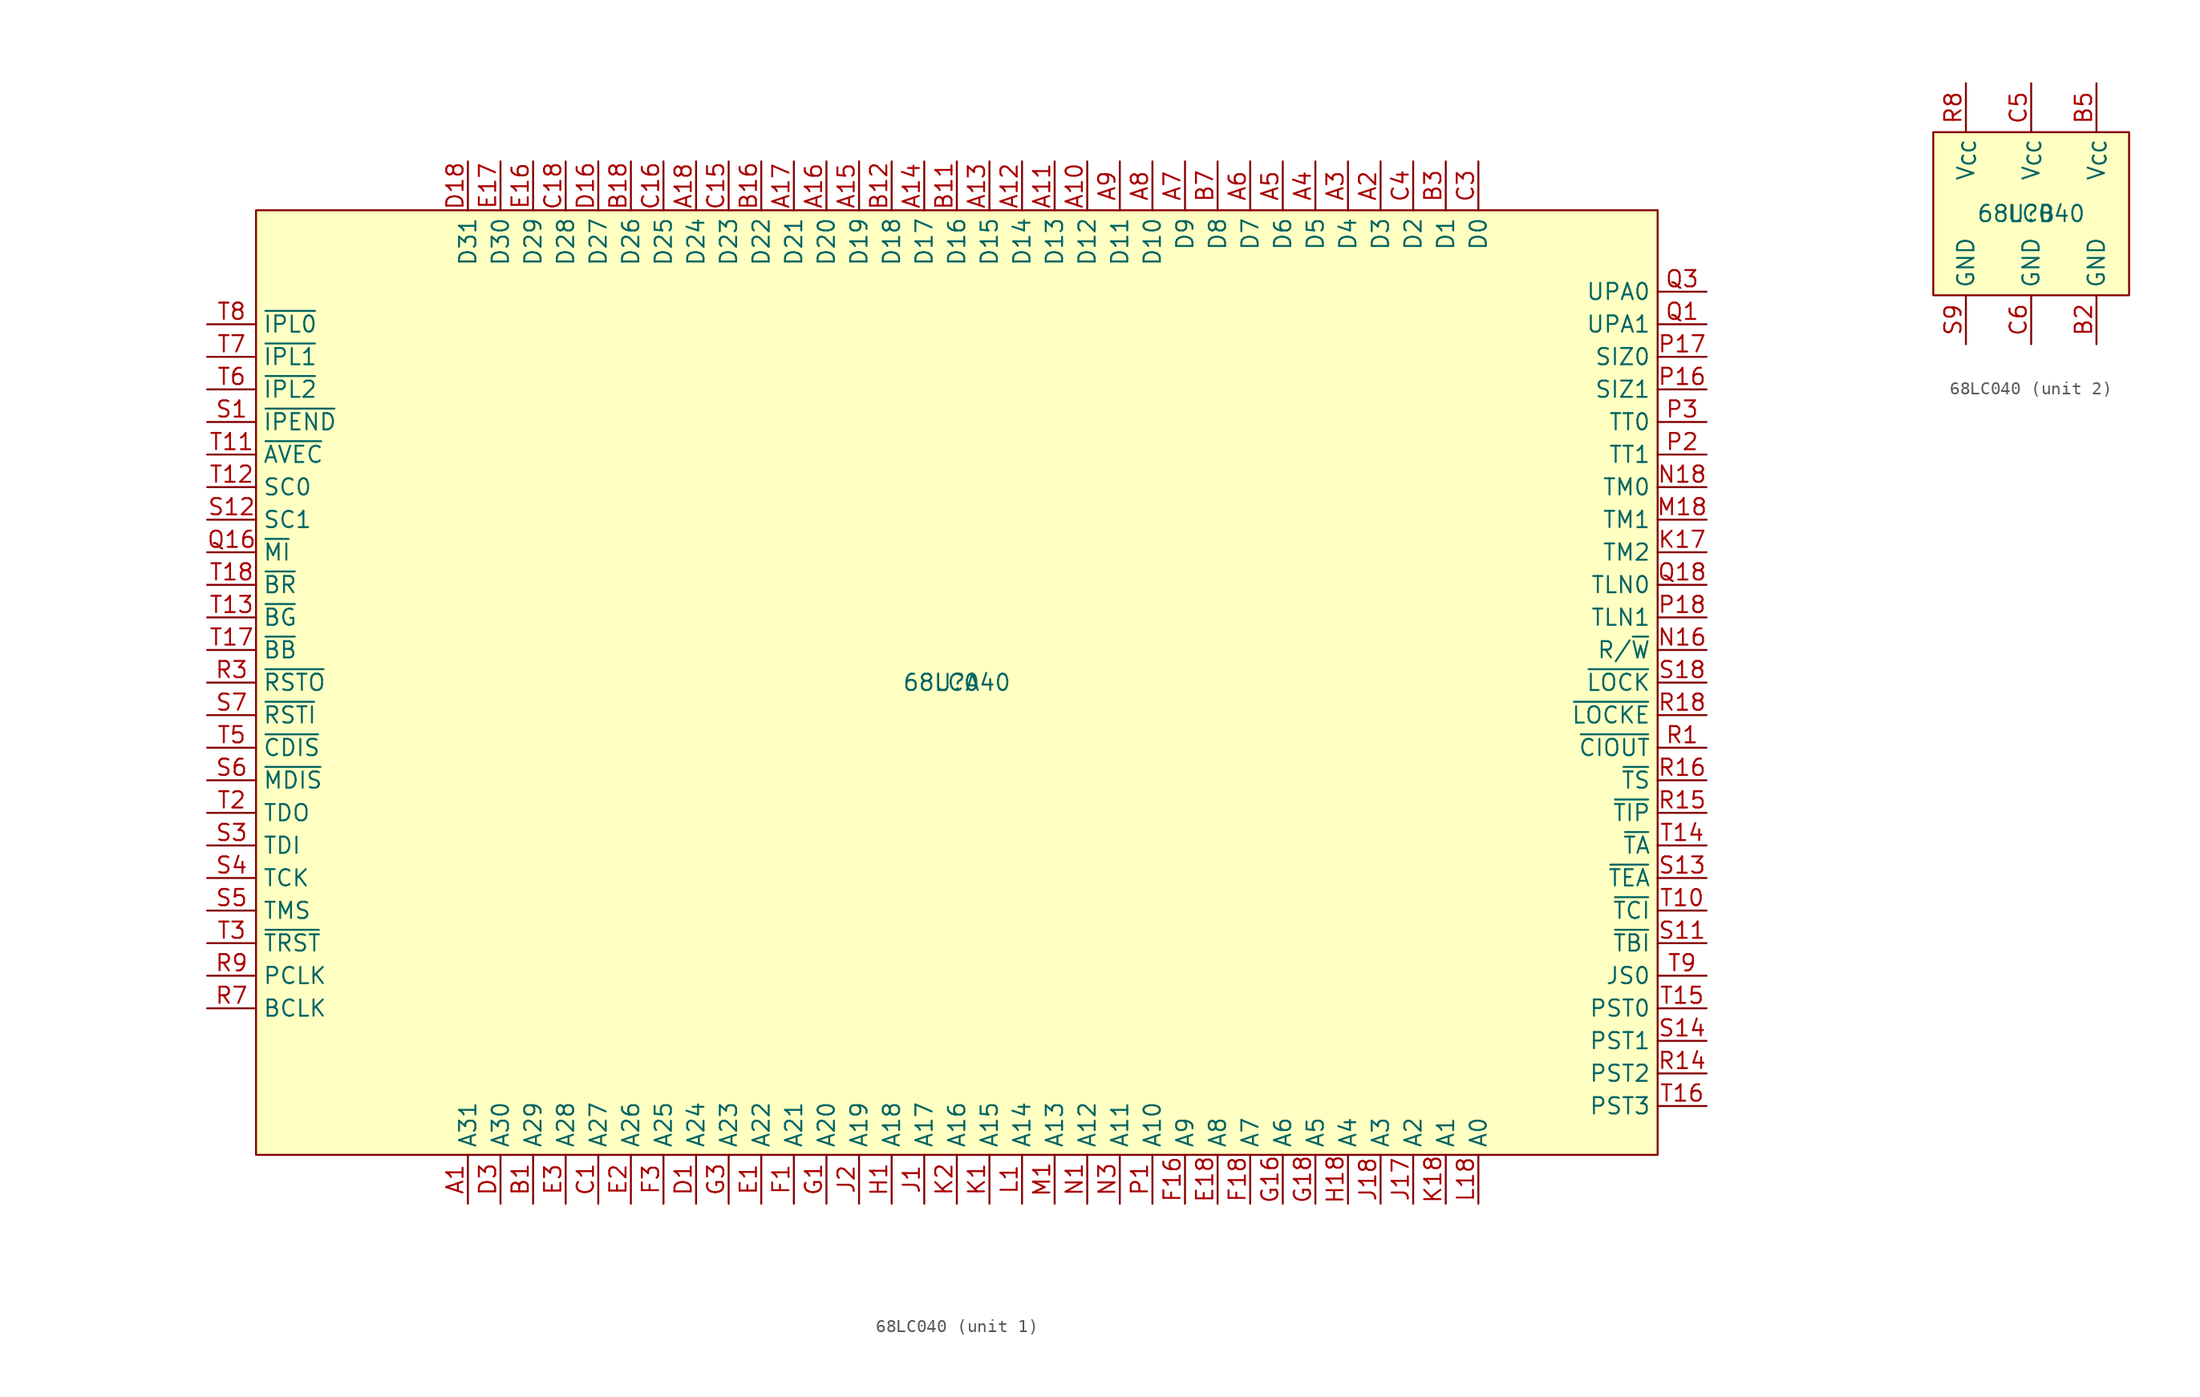
<source format=kicad_sym>
(kicad_symbol_lib
  (version 20220914)
  (generator kicad_symbol_editor)
  (symbol "68LC040"
    (property "Reference" "U"
      (at 0 0 0)
      (effects (font (size 1.27 1.27))))
    (property "Value" "68LC040"
      (at 0 0 0)
      (effects (font (size 1.27 1.27))))
    (property "ki_locked" ""
      (at 0 0 0)
      (effects (font (size 1.27 1.27))))
    (symbol "68LC040_1_1"
      (rectangle (start -54.61 36.83) (end 54.61 -36.83) (stroke (width 0) (type default)) (fill (type background)))
      (pin bidirectional line (at -38.1 -40.64 90) (length 3.81) (name "A31" (effects (font (size 1.27 1.27)))) (number "A1" (effects (font (size 1.27 1.27)))))
      (pin bidirectional line (at 10.16 40.64 270) (length 3.81) (name "D12" (effects (font (size 1.27 1.27)))) (number "A10" (effects (font (size 1.27 1.27)))))
      (pin bidirectional line (at 7.62 40.64 270) (length 3.81) (name "D13" (effects (font (size 1.27 1.27)))) (number "A11" (effects (font (size 1.27 1.27)))))
      (pin bidirectional line (at 5.08 40.64 270) (length 3.81) (name "D14" (effects (font (size 1.27 1.27)))) (number "A12" (effects (font (size 1.27 1.27)))))
      (pin bidirectional line (at 2.54 40.64 270) (length 3.81) (name "D15" (effects (font (size 1.27 1.27)))) (number "A13" (effects (font (size 1.27 1.27)))))
      (pin bidirectional line (at -2.54 40.64 270) (length 3.81) (name "D17" (effects (font (size 1.27 1.27)))) (number "A14" (effects (font (size 1.27 1.27)))))
      (pin bidirectional line (at -7.62 40.64 270) (length 3.81) (name "D19" (effects (font (size 1.27 1.27)))) (number "A15" (effects (font (size 1.27 1.27)))))
      (pin bidirectional line (at -10.16 40.64 270) (length 3.81) (name "D20" (effects (font (size 1.27 1.27)))) (number "A16" (effects (font (size 1.27 1.27)))))
      (pin bidirectional line (at -12.7 40.64 270) (length 3.81) (name "D21" (effects (font (size 1.27 1.27)))) (number "A17" (effects (font (size 1.27 1.27)))))
      (pin bidirectional line (at -20.32 40.64 270) (length 3.81) (name "D24" (effects (font (size 1.27 1.27)))) (number "A18" (effects (font (size 1.27 1.27)))))
      (pin bidirectional line (at 33.02 40.64 270) (length 3.81) (name "D3" (effects (font (size 1.27 1.27)))) (number "A2" (effects (font (size 1.27 1.27)))))
      (pin bidirectional line (at 30.48 40.64 270) (length 3.81) (name "D4" (effects (font (size 1.27 1.27)))) (number "A3" (effects (font (size 1.27 1.27)))))
      (pin bidirectional line (at 27.94 40.64 270) (length 3.81) (name "D5" (effects (font (size 1.27 1.27)))) (number "A4" (effects (font (size 1.27 1.27)))))
      (pin bidirectional line (at 25.4 40.64 270) (length 3.81) (name "D6" (effects (font (size 1.27 1.27)))) (number "A5" (effects (font (size 1.27 1.27)))))
      (pin bidirectional line (at 22.86 40.64 270) (length 3.81) (name "D7" (effects (font (size 1.27 1.27)))) (number "A6" (effects (font (size 1.27 1.27)))))
      (pin bidirectional line (at 17.78 40.64 270) (length 3.81) (name "D9" (effects (font (size 1.27 1.27)))) (number "A7" (effects (font (size 1.27 1.27)))))
      (pin bidirectional line (at 15.24 40.64 270) (length 3.81) (name "D10" (effects (font (size 1.27 1.27)))) (number "A8" (effects (font (size 1.27 1.27)))))
      (pin bidirectional line (at 12.7 40.64 270) (length 3.81) (name "D11" (effects (font (size 1.27 1.27)))) (number "A9" (effects (font (size 1.27 1.27)))))
      (pin bidirectional line (at -33.02 -40.64 90) (length 3.81) (name "A29" (effects (font (size 1.27 1.27)))) (number "B1" (effects (font (size 1.27 1.27)))))
      (pin bidirectional line (at 0 40.64 270) (length 3.81) (name "D16" (effects (font (size 1.27 1.27)))) (number "B11" (effects (font (size 1.27 1.27)))))
      (pin bidirectional line (at -5.08 40.64 270) (length 3.81) (name "D18" (effects (font (size 1.27 1.27)))) (number "B12" (effects (font (size 1.27 1.27)))))
      (pin bidirectional line (at -15.24 40.64 270) (length 3.81) (name "D22" (effects (font (size 1.27 1.27)))) (number "B16" (effects (font (size 1.27 1.27)))))
      (pin bidirectional line (at -25.4 40.64 270) (length 3.81) (name "D26" (effects (font (size 1.27 1.27)))) (number "B18" (effects (font (size 1.27 1.27)))))
      (pin bidirectional line (at 38.1 40.64 270) (length 3.81) (name "D1" (effects (font (size 1.27 1.27)))) (number "B3" (effects (font (size 1.27 1.27)))))
      (pin bidirectional line (at 20.32 40.64 270) (length 3.81) (name "D8" (effects (font (size 1.27 1.27)))) (number "B7" (effects (font (size 1.27 1.27)))))
      (pin bidirectional line (at -27.94 -40.64 90) (length 3.81) (name "A27" (effects (font (size 1.27 1.27)))) (number "C1" (effects (font (size 1.27 1.27)))))
      (pin bidirectional line (at -17.78 40.64 270) (length 3.81) (name "D23" (effects (font (size 1.27 1.27)))) (number "C15" (effects (font (size 1.27 1.27)))))
      (pin bidirectional line (at -22.86 40.64 270) (length 3.81) (name "D25" (effects (font (size 1.27 1.27)))) (number "C16" (effects (font (size 1.27 1.27)))))
      (pin bidirectional line (at -30.48 40.64 270) (length 3.81) (name "D28" (effects (font (size 1.27 1.27)))) (number "C18" (effects (font (size 1.27 1.27)))))
      (pin bidirectional line (at 40.64 40.64 270) (length 3.81) (name "D0" (effects (font (size 1.27 1.27)))) (number "C3" (effects (font (size 1.27 1.27)))))
      (pin bidirectional line (at 35.56 40.64 270) (length 3.81) (name "D2" (effects (font (size 1.27 1.27)))) (number "C4" (effects (font (size 1.27 1.27)))))
      (pin bidirectional line (at -20.32 -40.64 90) (length 3.81) (name "A24" (effects (font (size 1.27 1.27)))) (number "D1" (effects (font (size 1.27 1.27)))))
      (pin bidirectional line (at -27.94 40.64 270) (length 3.81) (name "D27" (effects (font (size 1.27 1.27)))) (number "D16" (effects (font (size 1.27 1.27)))))
      (pin bidirectional line (at -38.1 40.64 270) (length 3.81) (name "D31" (effects (font (size 1.27 1.27)))) (number "D18" (effects (font (size 1.27 1.27)))))
      (pin bidirectional line (at -35.56 -40.64 90) (length 3.81) (name "A30" (effects (font (size 1.27 1.27)))) (number "D3" (effects (font (size 1.27 1.27)))))
      (pin bidirectional line (at -15.24 -40.64 90) (length 3.81) (name "A22" (effects (font (size 1.27 1.27)))) (number "E1" (effects (font (size 1.27 1.27)))))
      (pin bidirectional line (at -33.02 40.64 270) (length 3.81) (name "D29" (effects (font (size 1.27 1.27)))) (number "E16" (effects (font (size 1.27 1.27)))))
      (pin bidirectional line (at -35.56 40.64 270) (length 3.81) (name "D30" (effects (font (size 1.27 1.27)))) (number "E17" (effects (font (size 1.27 1.27)))))
      (pin bidirectional line (at 20.32 -40.64 90) (length 3.81) (name "A8" (effects (font (size 1.27 1.27)))) (number "E18" (effects (font (size 1.27 1.27)))))
      (pin bidirectional line (at -25.4 -40.64 90) (length 3.81) (name "A26" (effects (font (size 1.27 1.27)))) (number "E2" (effects (font (size 1.27 1.27)))))
      (pin bidirectional line (at -30.48 -40.64 90) (length 3.81) (name "A28" (effects (font (size 1.27 1.27)))) (number "E3" (effects (font (size 1.27 1.27)))))
      (pin bidirectional line (at -12.7 -40.64 90) (length 3.81) (name "A21" (effects (font (size 1.27 1.27)))) (number "F1" (effects (font (size 1.27 1.27)))))
      (pin bidirectional line (at 17.78 -40.64 90) (length 3.81) (name "A9" (effects (font (size 1.27 1.27)))) (number "F16" (effects (font (size 1.27 1.27)))))
      (pin bidirectional line (at 22.86 -40.64 90) (length 3.81) (name "A7" (effects (font (size 1.27 1.27)))) (number "F18" (effects (font (size 1.27 1.27)))))
      (pin bidirectional line (at -22.86 -40.64 90) (length 3.81) (name "A25" (effects (font (size 1.27 1.27)))) (number "F3" (effects (font (size 1.27 1.27)))))
      (pin bidirectional line (at -10.16 -40.64 90) (length 3.81) (name "A20" (effects (font (size 1.27 1.27)))) (number "G1" (effects (font (size 1.27 1.27)))))
      (pin bidirectional line (at 25.4 -40.64 90) (length 3.81) (name "A6" (effects (font (size 1.27 1.27)))) (number "G16" (effects (font (size 1.27 1.27)))))
      (pin bidirectional line (at 27.94 -40.64 90) (length 3.81) (name "A5" (effects (font (size 1.27 1.27)))) (number "G18" (effects (font (size 1.27 1.27)))))
      (pin bidirectional line (at -17.78 -40.64 90) (length 3.81) (name "A23" (effects (font (size 1.27 1.27)))) (number "G3" (effects (font (size 1.27 1.27)))))
      (pin bidirectional line (at -5.08 -40.64 90) (length 3.81) (name "A18" (effects (font (size 1.27 1.27)))) (number "H1" (effects (font (size 1.27 1.27)))))
      (pin bidirectional line (at 30.48 -40.64 90) (length 3.81) (name "A4" (effects (font (size 1.27 1.27)))) (number "H18" (effects (font (size 1.27 1.27)))))
      (pin bidirectional line (at -2.54 -40.64 90) (length 3.81) (name "A17" (effects (font (size 1.27 1.27)))) (number "J1" (effects (font (size 1.27 1.27)))))
      (pin bidirectional line (at 35.56 -40.64 90) (length 3.81) (name "A2" (effects (font (size 1.27 1.27)))) (number "J17" (effects (font (size 1.27 1.27)))))
      (pin bidirectional line (at 33.02 -40.64 90) (length 3.81) (name "A3" (effects (font (size 1.27 1.27)))) (number "J18" (effects (font (size 1.27 1.27)))))
      (pin bidirectional line (at -7.62 -40.64 90) (length 3.81) (name "A19" (effects (font (size 1.27 1.27)))) (number "J2" (effects (font (size 1.27 1.27)))))
      (pin bidirectional line (at 2.54 -40.64 90) (length 3.81) (name "A15" (effects (font (size 1.27 1.27)))) (number "K1" (effects (font (size 1.27 1.27)))))
      (pin output line (at 58.42 10.16 180) (length 3.81) (name "TM2" (effects (font (size 1.27 1.27)))) (number "K17" (effects (font (size 1.27 1.27)))))
      (pin bidirectional line (at 38.1 -40.64 90) (length 3.81) (name "A1" (effects (font (size 1.27 1.27)))) (number "K18" (effects (font (size 1.27 1.27)))))
      (pin bidirectional line (at 0 -40.64 90) (length 3.81) (name "A16" (effects (font (size 1.27 1.27)))) (number "K2" (effects (font (size 1.27 1.27)))))
      (pin bidirectional line (at 5.08 -40.64 90) (length 3.81) (name "A14" (effects (font (size 1.27 1.27)))) (number "L1" (effects (font (size 1.27 1.27)))))
      (pin bidirectional line (at 40.64 -40.64 90) (length 3.81) (name "A0" (effects (font (size 1.27 1.27)))) (number "L18" (effects (font (size 1.27 1.27)))))
      (pin bidirectional line (at 7.62 -40.64 90) (length 3.81) (name "A13" (effects (font (size 1.27 1.27)))) (number "M1" (effects (font (size 1.27 1.27)))))
      (pin output line (at 58.42 12.7 180) (length 3.81) (name "TM1" (effects (font (size 1.27 1.27)))) (number "M18" (effects (font (size 1.27 1.27)))))
      (pin bidirectional line (at 10.16 -40.64 90) (length 3.81) (name "A12" (effects (font (size 1.27 1.27)))) (number "N1" (effects (font (size 1.27 1.27)))))
      (pin bidirectional line (at 58.42 2.54 180) (length 3.81) (name "R/~{W}" (effects (font (size 1.27 1.27)))) (number "N16" (effects (font (size 1.27 1.27)))))
      (pin output line (at 58.42 15.24 180) (length 3.81) (name "TM0" (effects (font (size 1.27 1.27)))) (number "N18" (effects (font (size 1.27 1.27)))))
      (pin bidirectional line (at 12.7 -40.64 90) (length 3.81) (name "A11" (effects (font (size 1.27 1.27)))) (number "N3" (effects (font (size 1.27 1.27)))))
      (pin bidirectional line (at 15.24 -40.64 90) (length 3.81) (name "A10" (effects (font (size 1.27 1.27)))) (number "P1" (effects (font (size 1.27 1.27)))))
      (pin bidirectional line (at 58.42 22.86 180) (length 3.81) (name "SIZ1" (effects (font (size 1.27 1.27)))) (number "P16" (effects (font (size 1.27 1.27)))))
      (pin bidirectional line (at 58.42 25.4 180) (length 3.81) (name "SIZ0" (effects (font (size 1.27 1.27)))) (number "P17" (effects (font (size 1.27 1.27)))))
      (pin output line (at 58.42 5.08 180) (length 3.81) (name "TLN1" (effects (font (size 1.27 1.27)))) (number "P18" (effects (font (size 1.27 1.27)))))
      (pin bidirectional line (at 58.42 17.78 180) (length 3.81) (name "TT1" (effects (font (size 1.27 1.27)))) (number "P2" (effects (font (size 1.27 1.27)))))
      (pin bidirectional line (at 58.42 20.32 180) (length 3.81) (name "TT0" (effects (font (size 1.27 1.27)))) (number "P3" (effects (font (size 1.27 1.27)))))
      (pin output line (at 58.42 27.94 180) (length 3.81) (name "UPA1" (effects (font (size 1.27 1.27)))) (number "Q1" (effects (font (size 1.27 1.27)))))
      (pin output line (at -58.42 10.16 0) (length 3.81) (name "~{MI}" (effects (font (size 1.27 1.27)))) (number "Q16" (effects (font (size 1.27 1.27)))))
      (pin output line (at 58.42 7.62 180) (length 3.81) (name "TLN0" (effects (font (size 1.27 1.27)))) (number "Q18" (effects (font (size 1.27 1.27)))))
      (pin output line (at 58.42 30.48 180) (length 3.81) (name "UPA0" (effects (font (size 1.27 1.27)))) (number "Q3" (effects (font (size 1.27 1.27)))))
      (pin output line (at 58.42 -5.08 180) (length 3.81) (name "~{CIOUT}" (effects (font (size 1.27 1.27)))) (number "R1" (effects (font (size 1.27 1.27)))))
      (pin output line (at 58.42 -30.48 180) (length 3.81) (name "PST2" (effects (font (size 1.27 1.27)))) (number "R14" (effects (font (size 1.27 1.27)))))
      (pin output line (at 58.42 -10.16 180) (length 3.81) (name "~{TIP}" (effects (font (size 1.27 1.27)))) (number "R15" (effects (font (size 1.27 1.27)))))
      (pin bidirectional line (at 58.42 -7.62 180) (length 3.81) (name "~{TS}" (effects (font (size 1.27 1.27)))) (number "R16" (effects (font (size 1.27 1.27)))))
      (pin output line (at 58.42 -2.54 180) (length 3.81) (name "~{LOCKE}" (effects (font (size 1.27 1.27)))) (number "R18" (effects (font (size 1.27 1.27)))))
      (pin output line (at -58.42 0 0) (length 3.81) (name "~{RSTO}" (effects (font (size 1.27 1.27)))) (number "R3" (effects (font (size 1.27 1.27)))))
      (pin input line (at -58.42 -25.4 0) (length 3.81) (name "BCLK" (effects (font (size 1.27 1.27)))) (number "R7" (effects (font (size 1.27 1.27)))))
      (pin input line (at -58.42 -22.86 0) (length 3.81) (name "PCLK" (effects (font (size 1.27 1.27)))) (number "R9" (effects (font (size 1.27 1.27)))))
      (pin output line (at -58.42 20.32 0) (length 3.81) (name "~{IPEND}" (effects (font (size 1.27 1.27)))) (number "S1" (effects (font (size 1.27 1.27)))))
      (pin input line (at 58.42 -20.32 180) (length 3.81) (name "~{TBI}" (effects (font (size 1.27 1.27)))) (number "S11" (effects (font (size 1.27 1.27)))))
      (pin input line (at -58.42 12.7 0) (length 3.81) (name "SC1" (effects (font (size 1.27 1.27)))) (number "S12" (effects (font (size 1.27 1.27)))))
      (pin input line (at 58.42 -15.24 180) (length 3.81) (name "~{TEA}" (effects (font (size 1.27 1.27)))) (number "S13" (effects (font (size 1.27 1.27)))))
      (pin output line (at 58.42 -27.94 180) (length 3.81) (name "PST1" (effects (font (size 1.27 1.27)))) (number "S14" (effects (font (size 1.27 1.27)))))
      (pin output line (at 58.42 0 180) (length 3.81) (name "~{LOCK}" (effects (font (size 1.27 1.27)))) (number "S18" (effects (font (size 1.27 1.27)))))
      (pin input line (at -58.42 -12.7 0) (length 3.81) (name "TDI" (effects (font (size 1.27 1.27)))) (number "S3" (effects (font (size 1.27 1.27)))))
      (pin input line (at -58.42 -15.24 0) (length 3.81) (name "TCK" (effects (font (size 1.27 1.27)))) (number "S4" (effects (font (size 1.27 1.27)))))
      (pin input line (at -58.42 -17.78 0) (length 3.81) (name "TMS" (effects (font (size 1.27 1.27)))) (number "S5" (effects (font (size 1.27 1.27)))))
      (pin input line (at -58.42 -7.62 0) (length 3.81) (name "~{MDIS}" (effects (font (size 1.27 1.27)))) (number "S6" (effects (font (size 1.27 1.27)))))
      (pin input line (at -58.42 -2.54 0) (length 3.81) (name "~{RSTI}" (effects (font (size 1.27 1.27)))) (number "S7" (effects (font (size 1.27 1.27)))))
      (pin input line (at 58.42 -17.78 180) (length 3.81) (name "~{TCI}" (effects (font (size 1.27 1.27)))) (number "T10" (effects (font (size 1.27 1.27)))))
      (pin input line (at -58.42 17.78 0) (length 3.81) (name "~{AVEC}" (effects (font (size 1.27 1.27)))) (number "T11" (effects (font (size 1.27 1.27)))))
      (pin input line (at -58.42 15.24 0) (length 3.81) (name "SC0" (effects (font (size 1.27 1.27)))) (number "T12" (effects (font (size 1.27 1.27)))))
      (pin input line (at -58.42 5.08 0) (length 3.81) (name "~{BG}" (effects (font (size 1.27 1.27)))) (number "T13" (effects (font (size 1.27 1.27)))))
      (pin bidirectional line (at 58.42 -12.7 180) (length 3.81) (name "~{TA}" (effects (font (size 1.27 1.27)))) (number "T14" (effects (font (size 1.27 1.27)))))
      (pin output line (at 58.42 -25.4 180) (length 3.81) (name "PST0" (effects (font (size 1.27 1.27)))) (number "T15" (effects (font (size 1.27 1.27)))))
      (pin output line (at 58.42 -33.02 180) (length 3.81) (name "PST3" (effects (font (size 1.27 1.27)))) (number "T16" (effects (font (size 1.27 1.27)))))
      (pin bidirectional line (at -58.42 2.54 0) (length 3.81) (name "~{BB}" (effects (font (size 1.27 1.27)))) (number "T17" (effects (font (size 1.27 1.27)))))
      (pin output line (at -58.42 7.62 0) (length 3.81) (name "~{BR}" (effects (font (size 1.27 1.27)))) (number "T18" (effects (font (size 1.27 1.27)))))
      (pin output line (at -58.42 -10.16 0) (length 3.81) (name "TDO" (effects (font (size 1.27 1.27)))) (number "T2" (effects (font (size 1.27 1.27)))))
      (pin input line (at -58.42 -20.32 0) (length 3.81) (name "~{TRST}" (effects (font (size 1.27 1.27)))) (number "T3" (effects (font (size 1.27 1.27)))))
      (pin input line (at -58.42 -5.08 0) (length 3.81) (name "~{CDIS}" (effects (font (size 1.27 1.27)))) (number "T5" (effects (font (size 1.27 1.27)))))
      (pin input line (at -58.42 22.86 0) (length 3.81) (name "~{IPL2}" (effects (font (size 1.27 1.27)))) (number "T6" (effects (font (size 1.27 1.27)))))
      (pin input line (at -58.42 25.4 0) (length 3.81) (name "~{IPL1}" (effects (font (size 1.27 1.27)))) (number "T7" (effects (font (size 1.27 1.27)))))
      (pin input line (at -58.42 27.94 0) (length 3.81) (name "~{IPL0}" (effects (font (size 1.27 1.27)))) (number "T8" (effects (font (size 1.27 1.27)))))
      (pin input line (at 58.42 -22.86 180) (length 3.81) (name "JS0" (effects (font (size 1.27 1.27)))) (number "T9" (effects (font (size 1.27 1.27))))))
    (symbol "68LC040_2_1"
      (rectangle (start -7.62 6.35) (end 7.62 -6.35) (stroke (width 0) (type default)) (fill (type background)))
      (pin passive line (at 5.08 -10.16 90) (length 3.81) hide (name "GND" (effects (font (size 1.27 1.27)))) (number "B10" (effects (font (size 1.27 1.27)))))
      (pin passive line (at 5.08 -10.16 90) (length 3.81) hide (name "GND" (effects (font (size 1.27 1.27)))) (number "B13" (effects (font (size 1.27 1.27)))))
      (pin passive line (at 5.08 10.16 270) (length 3.81) hide (name "V_{CC}" (effects (font (size 1.27 1.27)))) (number "B14" (effects (font (size 1.27 1.27)))))
      (pin passive line (at 5.08 -10.16 90) (length 3.81) hide (name "GND" (effects (font (size 1.27 1.27)))) (number "B15" (effects (font (size 1.27 1.27)))))
      (pin passive line (at 5.08 -10.16 90) (length 3.81) hide (name "GND" (effects (font (size 1.27 1.27)))) (number "B17" (effects (font (size 1.27 1.27)))))
      (pin power_in line (at 5.08 -10.16 90) (length 3.81) (name "GND" (effects (font (size 1.27 1.27)))) (number "B2" (effects (font (size 1.27 1.27)))))
      (pin passive line (at 5.08 -10.16 90) (length 3.81) hide (name "GND" (effects (font (size 1.27 1.27)))) (number "B4" (effects (font (size 1.27 1.27)))))
      (pin power_in line (at 5.08 10.16 270) (length 3.81) (name "V_{CC}" (effects (font (size 1.27 1.27)))) (number "B5" (effects (font (size 1.27 1.27)))))
      (pin passive line (at 5.08 -10.16 90) (length 3.81) hide (name "GND" (effects (font (size 1.27 1.27)))) (number "B6" (effects (font (size 1.27 1.27)))))
      (pin passive line (at 5.08 -10.16 90) (length 3.81) hide (name "GND" (effects (font (size 1.27 1.27)))) (number "B8" (effects (font (size 1.27 1.27)))))
      (pin passive line (at 5.08 10.16 270) (length 3.81) hide (name "V_{CC}" (effects (font (size 1.27 1.27)))) (number "B9" (effects (font (size 1.27 1.27)))))
      (pin passive line (at 0 10.16 270) (length 3.81) hide (name "V_{CC}" (effects (font (size 1.27 1.27)))) (number "C10" (effects (font (size 1.27 1.27)))))
      (pin passive line (at 0 -10.16 90) (length 3.81) hide (name "GND" (effects (font (size 1.27 1.27)))) (number "C11" (effects (font (size 1.27 1.27)))))
      (pin passive line (at 0 10.16 270) (length 3.81) hide (name "V_{CC}" (effects (font (size 1.27 1.27)))) (number "C12" (effects (font (size 1.27 1.27)))))
      (pin passive line (at 0 -10.16 90) (length 3.81) hide (name "GND" (effects (font (size 1.27 1.27)))) (number "C13" (effects (font (size 1.27 1.27)))))
      (pin passive line (at 0 10.16 270) (length 3.81) hide (name "V_{CC}" (effects (font (size 1.27 1.27)))) (number "C14" (effects (font (size 1.27 1.27)))))
      (pin passive line (at 5.08 10.16 270) (length 3.81) hide (name "V_{CC}" (effects (font (size 1.27 1.27)))) (number "C17" (effects (font (size 1.27 1.27)))))
      (pin passive line (at 5.08 10.16 270) (length 3.81) hide (name "V_{CC}" (effects (font (size 1.27 1.27)))) (number "C2" (effects (font (size 1.27 1.27)))))
      (pin power_in line (at 0 10.16 270) (length 3.81) (name "V_{CC}" (effects (font (size 1.27 1.27)))) (number "C5" (effects (font (size 1.27 1.27)))))
      (pin power_in line (at 0 -10.16 90) (length 3.81) (name "GND" (effects (font (size 1.27 1.27)))) (number "C6" (effects (font (size 1.27 1.27)))))
      (pin passive line (at 0 -10.16 90) (length 3.81) hide (name "GND" (effects (font (size 1.27 1.27)))) (number "C7" (effects (font (size 1.27 1.27)))))
      (pin passive line (at 0 10.16 270) (length 3.81) hide (name "V_{CC}" (effects (font (size 1.27 1.27)))) (number "C8" (effects (font (size 1.27 1.27)))))
      (pin passive line (at 0 -10.16 90) (length 3.81) hide (name "GND" (effects (font (size 1.27 1.27)))) (number "C9" (effects (font (size 1.27 1.27)))))
      (pin passive line (at 5.08 -10.16 90) (length 3.81) hide (name "GND" (effects (font (size 1.27 1.27)))) (number "D17" (effects (font (size 1.27 1.27)))))
      (pin passive line (at 5.08 -10.16 90) (length 3.81) hide (name "GND" (effects (font (size 1.27 1.27)))) (number "D2" (effects (font (size 1.27 1.27)))))
      (pin passive line (at 5.08 -10.16 90) (length 3.81) hide (name "GND" (effects (font (size 1.27 1.27)))) (number "F17" (effects (font (size 1.27 1.27)))))
      (pin passive line (at 5.08 -10.16 90) (length 3.81) hide (name "GND" (effects (font (size 1.27 1.27)))) (number "F2" (effects (font (size 1.27 1.27)))))
      (pin passive line (at 5.08 10.16 270) (length 3.81) hide (name "V_{CC}" (effects (font (size 1.27 1.27)))) (number "G17" (effects (font (size 1.27 1.27)))))
      (pin passive line (at 5.08 10.16 270) (length 3.81) hide (name "V_{CC}" (effects (font (size 1.27 1.27)))) (number "G2" (effects (font (size 1.27 1.27)))))
      (pin passive line (at 0 10.16 270) (length 3.81) hide (name "V_{CC}" (effects (font (size 1.27 1.27)))) (number "H16" (effects (font (size 1.27 1.27)))))
      (pin passive line (at 5.08 -10.16 90) (length 3.81) hide (name "GND" (effects (font (size 1.27 1.27)))) (number "H17" (effects (font (size 1.27 1.27)))))
      (pin passive line (at 5.08 -10.16 90) (length 3.81) hide (name "GND" (effects (font (size 1.27 1.27)))) (number "H2" (effects (font (size 1.27 1.27)))))
      (pin passive line (at 0 10.16 270) (length 3.81) hide (name "V_{CC}" (effects (font (size 1.27 1.27)))) (number "H3" (effects (font (size 1.27 1.27)))))
      (pin passive line (at 0 10.16 270) (length 3.81) hide (name "V_{CC}" (effects (font (size 1.27 1.27)))) (number "J16" (effects (font (size 1.27 1.27)))))
      (pin passive line (at 0 10.16 270) (length 3.81) hide (name "V_{CC}" (effects (font (size 1.27 1.27)))) (number "J3" (effects (font (size 1.27 1.27)))))
      (pin passive line (at 0 -10.16 90) (length 3.81) hide (name "GND" (effects (font (size 1.27 1.27)))) (number "K16" (effects (font (size 1.27 1.27)))))
      (pin passive line (at 0 -10.16 90) (length 3.81) hide (name "GND" (effects (font (size 1.27 1.27)))) (number "K3" (effects (font (size 1.27 1.27)))))
      (pin passive line (at 0 10.16 270) (length 3.81) hide (name "V_{CC}" (effects (font (size 1.27 1.27)))) (number "L16" (effects (font (size 1.27 1.27)))))
      (pin passive line (at 5.08 -10.16 90) (length 3.81) hide (name "GND" (effects (font (size 1.27 1.27)))) (number "L17" (effects (font (size 1.27 1.27)))))
      (pin passive line (at 5.08 -10.16 90) (length 3.81) hide (name "GND" (effects (font (size 1.27 1.27)))) (number "L2" (effects (font (size 1.27 1.27)))))
      (pin passive line (at 0 -10.16 90) (length 3.81) hide (name "GND" (effects (font (size 1.27 1.27)))) (number "L3" (effects (font (size 1.27 1.27)))))
      (pin passive line (at 0 -10.16 90) (length 3.81) hide (name "GND" (effects (font (size 1.27 1.27)))) (number "M16" (effects (font (size 1.27 1.27)))))
      (pin passive line (at 5.08 10.16 270) (length 3.81) hide (name "V_{CC}" (effects (font (size 1.27 1.27)))) (number "M17" (effects (font (size 1.27 1.27)))))
      (pin passive line (at 5.08 10.16 270) (length 3.81) hide (name "V_{CC}" (effects (font (size 1.27 1.27)))) (number "M2" (effects (font (size 1.27 1.27)))))
      (pin passive line (at 0 10.16 270) (length 3.81) hide (name "V_{CC}" (effects (font (size 1.27 1.27)))) (number "M3" (effects (font (size 1.27 1.27)))))
      (pin passive line (at 5.08 -10.16 90) (length 3.81) hide (name "GND" (effects (font (size 1.27 1.27)))) (number "N17" (effects (font (size 1.27 1.27)))))
      (pin passive line (at 5.08 -10.16 90) (length 3.81) hide (name "GND" (effects (font (size 1.27 1.27)))) (number "N2" (effects (font (size 1.27 1.27)))))
      (pin passive line (at 5.08 -10.16 90) (length 3.81) hide (name "GND" (effects (font (size 1.27 1.27)))) (number "Q17" (effects (font (size 1.27 1.27)))))
      (pin passive line (at 5.08 -10.16 90) (length 3.81) hide (name "GND" (effects (font (size 1.27 1.27)))) (number "Q2" (effects (font (size 1.27 1.27)))))
      (pin passive line (at -5.08 -10.16 90) (length 3.81) hide (name "GND" (effects (font (size 1.27 1.27)))) (number "R10" (effects (font (size 1.27 1.27)))))
      (pin passive line (at 0 -10.16 90) (length 3.81) hide (name "GND" (effects (font (size 1.27 1.27)))) (number "R11" (effects (font (size 1.27 1.27)))))
      (pin passive line (at 0 10.16 270) (length 3.81) hide (name "V_{CC}" (effects (font (size 1.27 1.27)))) (number "R12" (effects (font (size 1.27 1.27)))))
      (pin passive line (at 0 -10.16 90) (length 3.81) hide (name "GND" (effects (font (size 1.27 1.27)))) (number "R13" (effects (font (size 1.27 1.27)))))
      (pin passive line (at 5.08 10.16 270) (length 3.81) hide (name "V_{CC}" (effects (font (size 1.27 1.27)))) (number "R17" (effects (font (size 1.27 1.27)))))
      (pin passive line (at 5.08 10.16 270) (length 3.81) hide (name "V_{CC}" (effects (font (size 1.27 1.27)))) (number "R2" (effects (font (size 1.27 1.27)))))
      (pin passive line (at 0 -10.16 90) (length 3.81) hide (name "GND" (effects (font (size 1.27 1.27)))) (number "R4" (effects (font (size 1.27 1.27)))))
      (pin passive line (at 0 10.16 270) (length 3.81) hide (name "V_{CC}" (effects (font (size 1.27 1.27)))) (number "R5" (effects (font (size 1.27 1.27)))))
      (pin passive line (at -5.08 -10.16 90) (length 3.81) hide (name "GND" (effects (font (size 1.27 1.27)))) (number "R6" (effects (font (size 1.27 1.27)))))
      (pin power_in line (at -5.08 10.16 270) (length 3.81) (name "V_{CC}" (effects (font (size 1.27 1.27)))) (number "R8" (effects (font (size 1.27 1.27)))))
      (pin passive line (at 0 -10.16 90) (length 3.81) hide (name "GND" (effects (font (size 1.27 1.27)))) (number "S10" (effects (font (size 1.27 1.27)))))
      (pin passive line (at 5.08 -10.16 90) (length 3.81) hide (name "GND" (effects (font (size 1.27 1.27)))) (number "S15" (effects (font (size 1.27 1.27)))))
      (pin passive line (at 5.08 10.16 270) (length 3.81) hide (name "V_{CC}" (effects (font (size 1.27 1.27)))) (number "S16" (effects (font (size 1.27 1.27)))))
      (pin passive line (at 5.08 -10.16 90) (length 3.81) hide (name "GND" (effects (font (size 1.27 1.27)))) (number "S17" (effects (font (size 1.27 1.27)))))
      (pin passive line (at 5.08 -10.16 90) (length 3.81) hide (name "GND" (effects (font (size 1.27 1.27)))) (number "S2" (effects (font (size 1.27 1.27)))))
      (pin passive line (at -5.08 10.16 270) (length 3.81) hide (name "V_{CC}" (effects (font (size 1.27 1.27)))) (number "S8" (effects (font (size 1.27 1.27)))))
      (pin power_in line (at -5.08 -10.16 90) (length 3.81) (name "GND" (effects (font (size 1.27 1.27)))) (number "S9" (effects (font (size 1.27 1.27)))))
      (pin passive line (at 0 -10.16 90) (length 3.81) hide (name "GND" (effects (font (size 1.27 1.27)))) (number "T4" (effects (font (size 1.27 1.27))))))))
</source>
